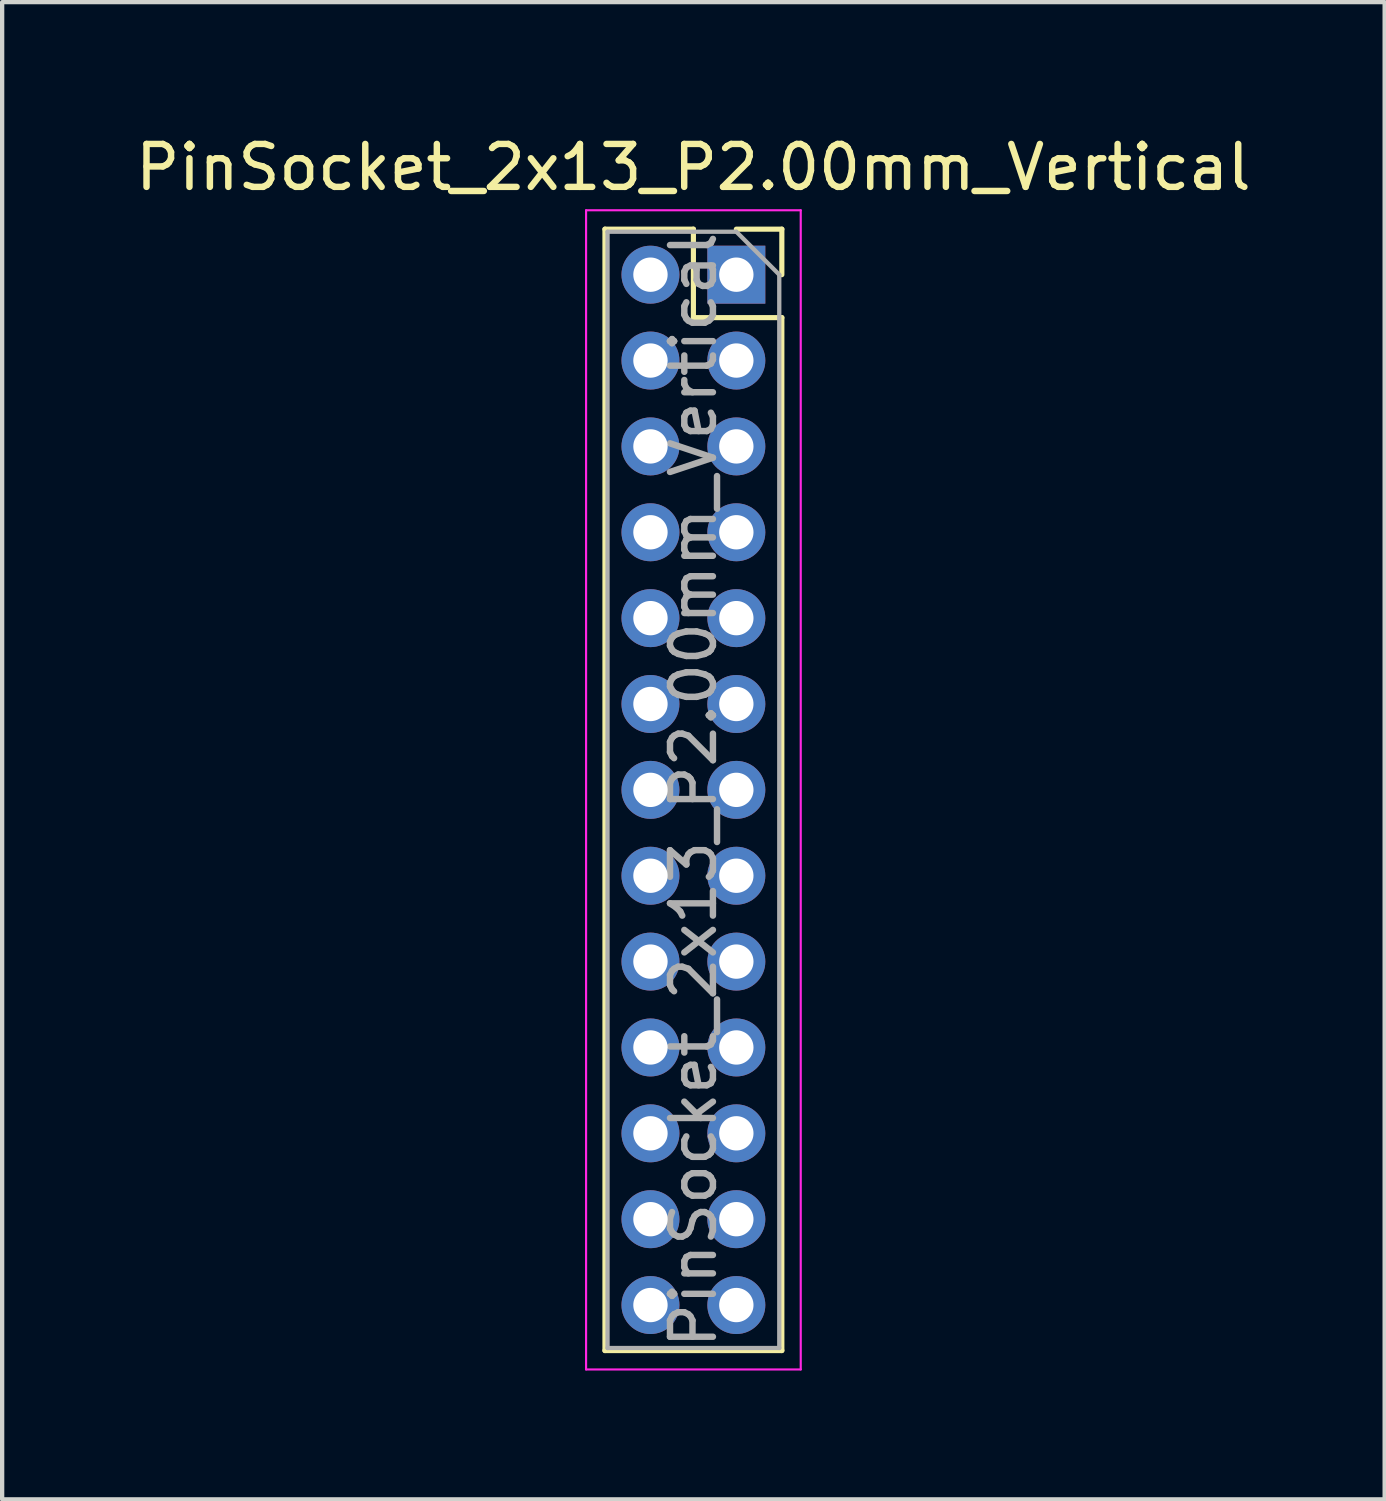
<source format=kicad_pcb>
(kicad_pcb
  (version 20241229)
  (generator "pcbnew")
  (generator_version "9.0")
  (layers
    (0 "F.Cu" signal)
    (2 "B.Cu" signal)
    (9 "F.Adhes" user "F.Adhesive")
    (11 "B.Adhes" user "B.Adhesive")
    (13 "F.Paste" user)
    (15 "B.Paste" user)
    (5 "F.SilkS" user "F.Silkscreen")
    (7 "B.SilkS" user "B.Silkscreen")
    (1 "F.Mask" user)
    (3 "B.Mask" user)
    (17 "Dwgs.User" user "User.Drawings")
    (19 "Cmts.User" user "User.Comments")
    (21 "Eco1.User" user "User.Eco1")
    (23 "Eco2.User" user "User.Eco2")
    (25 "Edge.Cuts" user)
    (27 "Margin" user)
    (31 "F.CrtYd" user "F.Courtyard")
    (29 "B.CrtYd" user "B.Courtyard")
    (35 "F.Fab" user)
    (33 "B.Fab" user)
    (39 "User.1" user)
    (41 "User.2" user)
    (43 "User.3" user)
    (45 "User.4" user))
  (footprint "PinSocket_2x13_P2.00mm_Vertical"
    (layer "F.Cu")
    (at 14.101 3.348)
    (property "Reference" "PinSocket_2x13_P2.00mm_Vertical" (at -1 -2.5 0) (layer "F.SilkS") (effects (font (size 1 1) (thickness 0.15))))
    (attr through_hole)
    (fp_line (start -3.06 -1.06) (end -3.06 25.06) (stroke (width 0.12) (type solid)) (layer "F.SilkS"))
    (fp_line (start -3.06 -1.06) (end -1 -1.06) (stroke (width 0.12) (type solid)) (layer "F.SilkS"))
    (fp_line (start -3.06 25.06) (end 1.06 25.06) (stroke (width 0.12) (type solid)) (layer "F.SilkS"))
    (fp_line (start -1 -1.06) (end -1 1) (stroke (width 0.12) (type solid)) (layer "F.SilkS"))
    (fp_line (start -1 1) (end 1.06 1) (stroke (width 0.12) (type solid)) (layer "F.SilkS"))
    (fp_line (start 0 -1.06) (end 1.06 -1.06) (stroke (width 0.12) (type solid)) (layer "F.SilkS"))
    (fp_line (start 1.06 -1.06) (end 1.06 0) (stroke (width 0.12) (type solid)) (layer "F.SilkS"))
    (fp_line (start 1.06 1) (end 1.06 25.06) (stroke (width 0.12) (type solid)) (layer "F.SilkS"))
    (fp_line (start -3.5 -1.5) (end 1.5 -1.5) (stroke (width 0.05) (type solid)) (layer "F.CrtYd"))
    (fp_line (start -3.5 25.5) (end -3.5 -1.5) (stroke (width 0.05) (type solid)) (layer "F.CrtYd"))
    (fp_line (start 1.5 -1.5) (end 1.5 25.5) (stroke (width 0.05) (type solid)) (layer "F.CrtYd"))
    (fp_line (start 1.5 25.5) (end -3.5 25.5) (stroke (width 0.05) (type solid)) (layer "F.CrtYd"))
    (fp_line (start -3 -1) (end 0 -1) (stroke (width 0.1) (type solid)) (layer "F.Fab"))
    (fp_line (start -3 25) (end -3 -1) (stroke (width 0.1) (type solid)) (layer "F.Fab"))
    (fp_line (start 0 -1) (end 1 0) (stroke (width 0.1) (type solid)) (layer "F.Fab"))
    (fp_line (start 1 0) (end 1 25) (stroke (width 0.1) (type solid)) (layer "F.Fab"))
    (fp_line (start 1 25) (end -3 25) (stroke (width 0.1) (type solid)) (layer "F.Fab"))
    (fp_text user "${REFERENCE}" (at -1 12 90) (layer "F.Fab") (effects (font (size 1 1) (thickness 0.15))))
    (pad "1" thru_hole rect (at 0 0) (size 1.35 1.35) (drill 0.8) (layers "*.Cu" "*.Mask"))
    (pad "2" thru_hole oval (at -2 0) (size 1.35 1.35) (drill 0.8) (layers "*.Cu" "*.Mask"))
    (pad "3" thru_hole oval (at 0 2) (size 1.35 1.35) (drill 0.8) (layers "*.Cu" "*.Mask"))
    (pad "4" thru_hole oval (at -2 2) (size 1.35 1.35) (drill 0.8) (layers "*.Cu" "*.Mask"))
    (pad "5" thru_hole oval (at 0 4) (size 1.35 1.35) (drill 0.8) (layers "*.Cu" "*.Mask"))
    (pad "6" thru_hole oval (at -2 4) (size 1.35 1.35) (drill 0.8) (layers "*.Cu" "*.Mask"))
    (pad "7" thru_hole oval (at 0 6) (size 1.35 1.35) (drill 0.8) (layers "*.Cu" "*.Mask"))
    (pad "8" thru_hole oval (at -2 6) (size 1.35 1.35) (drill 0.8) (layers "*.Cu" "*.Mask"))
    (pad "9" thru_hole oval (at 0 8) (size 1.35 1.35) (drill 0.8) (layers "*.Cu" "*.Mask"))
    (pad "10" thru_hole oval (at -2 8) (size 1.35 1.35) (drill 0.8) (layers "*.Cu" "*.Mask"))
    (pad "11" thru_hole oval (at 0 10) (size 1.35 1.35) (drill 0.8) (layers "*.Cu" "*.Mask"))
    (pad "12" thru_hole oval (at -2 10) (size 1.35 1.35) (drill 0.8) (layers "*.Cu" "*.Mask"))
    (pad "13" thru_hole oval (at 0 12) (size 1.35 1.35) (drill 0.8) (layers "*.Cu" "*.Mask"))
    (pad "14" thru_hole oval (at -2 12) (size 1.35 1.35) (drill 0.8) (layers "*.Cu" "*.Mask"))
    (pad "15" thru_hole oval (at 0 14) (size 1.35 1.35) (drill 0.8) (layers "*.Cu" "*.Mask"))
    (pad "16" thru_hole oval (at -2 14) (size 1.35 1.35) (drill 0.8) (layers "*.Cu" "*.Mask"))
    (pad "17" thru_hole oval (at 0 16) (size 1.35 1.35) (drill 0.8) (layers "*.Cu" "*.Mask"))
    (pad "18" thru_hole oval (at -2 16) (size 1.35 1.35) (drill 0.8) (layers "*.Cu" "*.Mask"))
    (pad "19" thru_hole oval (at 0 18) (size 1.35 1.35) (drill 0.8) (layers "*.Cu" "*.Mask"))
    (pad "20" thru_hole oval (at -2 18) (size 1.35 1.35) (drill 0.8) (layers "*.Cu" "*.Mask"))
    (pad "21" thru_hole oval (at 0 20) (size 1.35 1.35) (drill 0.8) (layers "*.Cu" "*.Mask"))
    (pad "22" thru_hole oval (at -2 20) (size 1.35 1.35) (drill 0.8) (layers "*.Cu" "*.Mask"))
    (pad "23" thru_hole oval (at 0 22) (size 1.35 1.35) (drill 0.8) (layers "*.Cu" "*.Mask"))
    (pad "24" thru_hole oval (at -2 22) (size 1.35 1.35) (drill 0.8) (layers "*.Cu" "*.Mask"))
    (pad "25" thru_hole oval (at 0 24) (size 1.35 1.35) (drill 0.8) (layers "*.Cu" "*.Mask"))
    (pad "26" thru_hole oval (at -2 24) (size 1.35 1.35) (drill 0.8) (layers "*.Cu" "*.Mask")))
  (gr_rect
    (start -3 -3)
    (end 29.202 31.873)
    (stroke (width 0.1) (type default))
    (fill no)
    (layer "Edge.Cuts")))
</source>
